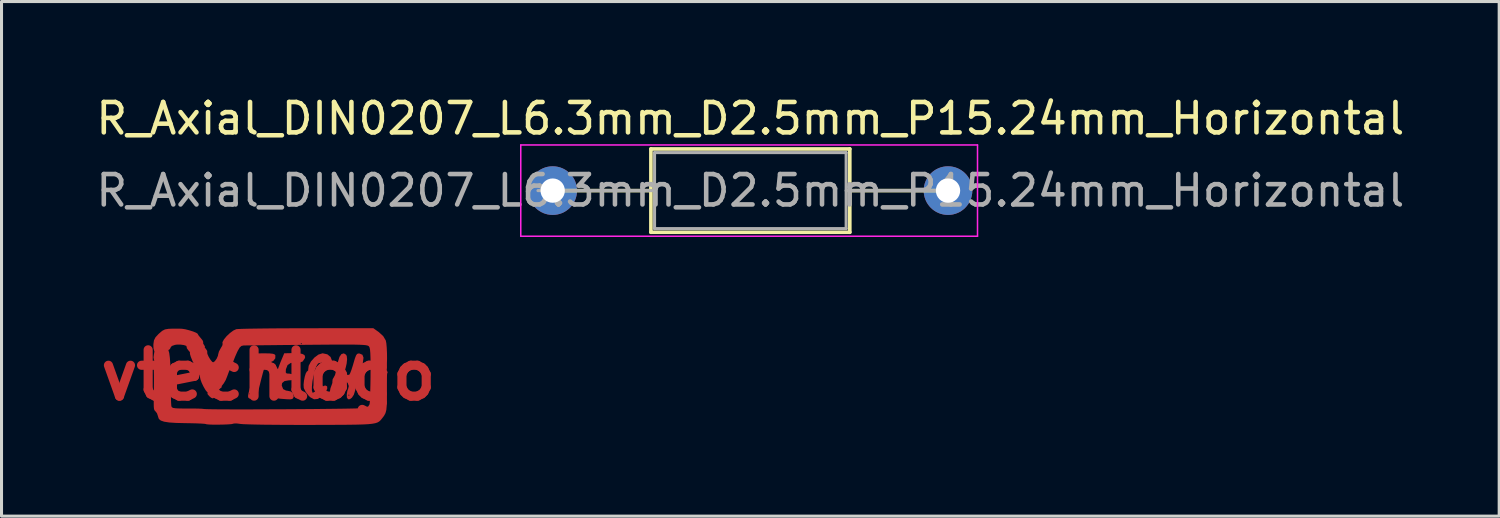
<source format=kicad_pcb>
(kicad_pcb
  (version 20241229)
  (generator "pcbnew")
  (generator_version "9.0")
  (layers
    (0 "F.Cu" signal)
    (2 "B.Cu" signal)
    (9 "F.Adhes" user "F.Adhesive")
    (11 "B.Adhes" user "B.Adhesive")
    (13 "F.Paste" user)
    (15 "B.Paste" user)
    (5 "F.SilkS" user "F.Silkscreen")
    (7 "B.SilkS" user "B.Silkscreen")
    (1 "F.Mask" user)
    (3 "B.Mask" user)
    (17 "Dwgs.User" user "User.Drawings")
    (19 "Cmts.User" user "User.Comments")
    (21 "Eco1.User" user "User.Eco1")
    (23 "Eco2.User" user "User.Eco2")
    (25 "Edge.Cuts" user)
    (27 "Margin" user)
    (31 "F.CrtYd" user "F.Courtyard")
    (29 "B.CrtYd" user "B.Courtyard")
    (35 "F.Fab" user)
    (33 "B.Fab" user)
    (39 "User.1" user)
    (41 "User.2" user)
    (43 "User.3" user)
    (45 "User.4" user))
  (footprint "vtechlogo"
    (layer "F.Cu")
    (at 5.777 9.288)
    (property "Reference" "vtechlogo" (at 0 0 0) (layer "F.Cu") (effects (font (size 1.524 1.524) (thickness 0.3))))
    (attr board_only exclude_from_pos_files exclude_from_bom)
    (fp_poly (pts (xy 0.959 -0.722) (xy 1.107 -0.702) (xy 1.187 -0.661) (xy 1.207 -0.597) (xy 1.198 -0.558) (xy 1.125 -0.45) (xy 0.999 -0.406) (xy 0.897 -0.41) (xy 0.735 -0.403) (xy 0.629 -0.332) (xy 0.576 -0.197) (xy 0.574 -0.183) (xy 0.57 -0.09) (xy 0.603 -0.055) (xy 0.687 -0.052) (xy 0.814 -0.026) (xy 0.874 0.023) (xy 0.903 0.098) (xy 0.857 0.146) (xy 0.733 0.167) (xy 0.672 0.169) (xy 0.53 0.193) (xy 0.45 0.259) (xy 0.438 0.34) (xy 0.485 0.458) (xy 0.582 0.507) (xy 0.608 0.508) (xy 0.735 0.535) (xy 0.815 0.604) (xy 0.831 0.699) (xy 0.828 0.712) (xy 0.811 0.756) (xy 0.782 0.783) (xy 0.726 0.794) (xy 0.625 0.792) (xy 0.463 0.78) (xy 0.382 0.773) (xy 0.256 0.754) (xy 0.164 0.728) (xy 0.145 0.717) (xy 0.129 0.656) (xy 0.137 0.531) (xy 0.164 0.361) (xy 0.209 0.162) (xy 0.265 -0.049) (xy 0.331 -0.254) (xy 0.391 -0.413) (xy 0.52 -0.72) (xy 0.736 -0.725)) (stroke (width 0) (type solid)) (fill yes) (layer "F.Cu"))
    (fp_poly (pts (xy 0.038 -0.716) (xy 0.15 -0.704) (xy 0.209 -0.68) (xy 0.228 -0.654) (xy 0.226 -0.556) (xy 0.161 -0.47) (xy 0.051 -0.419) (xy 0.026 -0.415) (xy -0.015 -0.409) (xy -0.049 -0.395) (xy -0.08 -0.362) (xy -0.11 -0.302) (xy -0.145 -0.206) (xy -0.186 -0.062) (xy -0.238 0.137) (xy -0.303 0.401) (xy -0.367 0.663) (xy -0.423 0.739) (xy -0.522 0.779) (xy -0.624 0.768) (xy -0.638 0.76) (xy -0.663 0.735) (xy -0.67 0.688) (xy -0.659 0.614) (xy -0.635 0.614) (xy -0.614 0.635) (xy -0.593 0.614) (xy -0.614 0.593) (xy -0.635 0.614) (xy -0.659 0.614) (xy -0.658 0.606) (xy -0.624 0.473) (xy -0.573 0.296) (xy -0.532 0.153) (xy -0.499 0.033) (xy -0.486 -0.018) (xy -0.449 -0.109) (xy -0.424 -0.143) (xy -0.392 -0.215) (xy -0.381 -0.304) (xy -0.402 -0.4) (xy -0.477 -0.446) (xy -0.486 -0.448) (xy -0.566 -0.492) (xy -0.581 -0.565) (xy -0.565 -0.635) (xy -0.525 -0.68) (xy -0.444 -0.706) (xy -0.308 -0.717) (xy -0.142 -0.719)) (stroke (width 0) (type solid)) (fill yes) (layer "F.Cu"))
    (fp_poly (pts (xy 1.938 -0.686) (xy 2.044 -0.598) (xy 2.093 -0.473) (xy 2.073 -0.335) (xy 2.014 -0.249) (xy 1.944 -0.211) (xy 1.886 -0.226) (xy 1.863 -0.293) (xy 1.828 -0.37) (xy 1.749 -0.409) (xy 1.659 -0.398) (xy 1.626 -0.374) (xy 1.574 -0.289) (xy 1.525 -0.149) (xy 1.481 0.022) (xy 1.448 0.202) (xy 1.43 0.369) (xy 1.429 0.501) (xy 1.451 0.576) (xy 1.453 0.578) (xy 1.492 0.563) (xy 1.574 0.509) (xy 1.629 0.466) (xy 1.741 0.39) (xy 1.841 0.345) (xy 1.873 0.339) (xy 1.93 0.367) (xy 1.935 0.439) (xy 1.894 0.538) (xy 1.813 0.645) (xy 1.768 0.688) (xy 1.626 0.781) (xy 1.5 0.793) (xy 1.375 0.725) (xy 1.316 0.667) (xy 1.229 0.554) (xy 1.17 0.439) (xy 1.162 0.412) (xy 1.156 0.311) (xy 1.169 0.181) (xy 1.195 0.048) (xy 1.229 -0.062) (xy 1.265 -0.122) (xy 1.276 -0.127) (xy 1.308 -0.159) (xy 1.307 -0.18) (xy 1.324 -0.309) (xy 1.398 -0.45) (xy 1.511 -0.579) (xy 1.643 -0.677) (xy 1.775 -0.719) (xy 1.787 -0.72)) (stroke (width 0) (type solid)) (fill yes) (layer "F.Cu"))
    (fp_poly (pts (xy 2.552 -0.674) (xy 2.576 -0.629) (xy 2.587 -0.526) (xy 2.572 -0.38) (xy 2.536 -0.227) (xy 2.494 -0.119) (xy 2.486 -0.054) (xy 2.541 -0.021) (xy 2.625 -0.009) (xy 2.66 -0.017) (xy 2.688 -0.066) (xy 2.73 -0.175) (xy 2.778 -0.326) (xy 2.794 -0.382) (xy 2.843 -0.549) (xy 2.881 -0.649) (xy 2.916 -0.699) (xy 2.96 -0.714) (xy 3.002 -0.711) (xy 3.092 -0.671) (xy 3.127 -0.575) (xy 3.106 -0.419) (xy 3.076 -0.318) (xy 3.041 -0.194) (xy 3.043 -0.13) (xy 3.062 -0.114) (xy 3.078 -0.075) (xy 3.031 -0.006) (xy 2.981 0.058) (xy 2.976 0.085) (xy 2.977 0.119) (xy 2.95 0.205) (xy 2.935 0.242) (xy 2.887 0.374) (xy 2.853 0.492) (xy 2.851 0.507) (xy 2.809 0.641) (xy 2.747 0.738) (xy 2.679 0.79) (xy 2.618 0.791) (xy 2.58 0.735) (xy 2.577 0.656) (xy 2.625 0.656) (xy 2.646 0.677) (xy 2.667 0.656) (xy 2.646 0.635) (xy 2.625 0.656) (xy 2.577 0.656) (xy 2.576 0.634) (xy 2.594 0.522) (xy 2.619 0.448) (xy 2.622 0.445) (xy 2.642 0.358) (xy 2.609 0.26) (xy 2.541 0.189) (xy 2.506 0.177) (xy 2.433 0.186) (xy 2.378 0.251) (xy 2.347 0.316) (xy 2.31 0.421) (xy 2.298 0.491) (xy 2.3 0.499) (xy 2.293 0.553) (xy 2.252 0.643) (xy 2.245 0.656) (xy 2.173 0.749) (xy 2.096 0.798) (xy 2.036 0.792) (xy 2.023 0.775) (xy 2.01 0.689) (xy 2.017 0.561) (xy 2.04 0.43) (xy 2.071 0.346) (xy 2.103 0.254) (xy 2.104 0.199) (xy 2.113 0.129) (xy 2.143 0.082) (xy 2.191 -0.009) (xy 2.216 -0.109) (xy 2.272 -0.395) (xy 2.337 -0.603) (xy 2.4 -0.693) (xy 2.48 -0.718)) (stroke (width 0) (type solid)) (fill yes) (layer "F.Cu"))
    (fp_poly (pts (xy 3.629 -1.418) (xy 3.774 -1.286) (xy 3.859 -1.143) (xy 3.859 -1.143) (xy 3.878 -1.047) (xy 3.891 -0.9) (xy 3.899 -0.723) (xy 3.901 -0.542) (xy 3.896 -0.379) (xy 3.885 -0.259) (xy 3.872 -0.209) (xy 3.881 -0.16) (xy 3.895 -0.148) (xy 3.921 -0.099) (xy 3.915 -0.084) (xy 3.906 -0.06) (xy 3.9 -0.013) (xy 3.896 0.069) (xy 3.893 0.195) (xy 3.892 0.378) (xy 3.893 0.629) (xy 3.893 0.783) (xy 3.891 0.993) (xy 3.878 1.14) (xy 3.85 1.247) (xy 3.802 1.336) (xy 3.759 1.393) (xy 3.717 1.446) (xy 3.679 1.49) (xy 3.637 1.526) (xy 3.584 1.556) (xy 3.512 1.579) (xy 3.414 1.597) (xy 3.283 1.611) (xy 3.112 1.62) (xy 2.892 1.626) (xy 2.618 1.63) (xy 2.281 1.632) (xy 1.874 1.634) (xy 1.389 1.635) (xy 1.385 1.635) (xy 0.963 1.635) (xy 0.562 1.634) (xy 0.191 1.631) (xy -0.143 1.628) (xy -0.429 1.623) (xy -0.658 1.617) (xy -0.822 1.611) (xy -0.911 1.604) (xy -0.916 1.603) (xy -1.042 1.587) (xy -1.135 1.589) (xy -1.157 1.596) (xy -1.216 1.609) (xy -1.334 1.618) (xy -1.488 1.624) (xy -1.658 1.627) (xy -1.821 1.627) (xy -1.955 1.622) (xy -2.038 1.614) (xy -2.054 1.607) (xy -2.099 1.599) (xy -2.214 1.591) (xy -2.384 1.584) (xy -2.594 1.579) (xy -2.727 1.577) (xy -3.033 1.57) (xy -3.264 1.555) (xy -3.43 1.529) (xy -3.54 1.491) (xy -3.602 1.439) (xy -3.628 1.369) (xy -3.629 1.358) (xy -3.664 1.255) (xy -3.702 1.203) (xy -3.73 1.175) (xy -3.75 1.147) (xy -3.763 1.105) (xy -3.77 1.036) (xy -3.772 0.924) (xy -3.77 0.755) (xy -3.768 0.529) (xy -3.765 0.225) (xy -3.765 -0.003) (xy -3.769 -0.166) (xy -3.776 -0.272) (xy -3.786 -0.331) (xy -3.792 -0.343) (xy -3.782 -0.391) (xy -3.768 -0.402) (xy -3.747 -0.458) (xy -3.762 -0.497) (xy -3.779 -0.585) (xy -3.766 -0.684) (xy -3.75 -0.775) (xy -3.762 -0.822) (xy -3.762 -0.823) (xy -3.29 -0.823) (xy -3.286 -0.812) (xy -3.262 -0.731) (xy -3.242 -0.577) (xy -3.226 -0.362) (xy -3.215 -0.098) (xy -3.209 0.203) (xy -3.209 0.339) (xy -3.208 0.563) (xy -3.205 0.762) (xy -3.2 0.916) (xy -3.193 1.01) (xy -3.19 1.025) (xy -3.172 1.056) (xy -3.13 1.077) (xy -3.048 1.089) (xy -2.913 1.095) (xy -2.711 1.096) (xy -2.661 1.096) (xy -2.463 1.096) (xy -2.298 1.099) (xy -2.183 1.104) (xy -2.136 1.11) (xy -2.136 1.11) (xy -2.09 1.114) (xy -1.968 1.118) (xy -1.779 1.121) (xy -1.532 1.123) (xy -1.236 1.124) (xy -0.899 1.124) (xy -0.53 1.124) (xy -0.138 1.122) (xy 0.267 1.121) (xy 0.679 1.119) (xy 1.086 1.116) (xy 1.482 1.113) (xy 1.856 1.109) (xy 2.2 1.105) (xy 2.506 1.101) (xy 2.764 1.096) (xy 2.966 1.091) (xy 3.102 1.086) (xy 3.165 1.081) (xy 3.165 1.081) (xy 3.285 1.023) (xy 3.327 0.953) (xy 3.334 0.883) (xy 3.342 0.743) (xy 3.348 0.547) (xy 3.354 0.309) (xy 3.358 0.045) (xy 3.358 -0.009) (xy 3.359 -0.318) (xy 3.357 -0.553) (xy 3.351 -0.723) (xy 3.341 -0.84) (xy 3.325 -0.912) (xy 3.307 -0.946) (xy 3.288 -0.962) (xy 3.255 -0.976) (xy 3.2 -0.987) (xy 3.118 -0.995) (xy 2.999 -1.001) (xy 2.838 -1.005) (xy 2.626 -1.006) (xy 2.357 -1.006) (xy 2.023 -1.005) (xy 1.617 -1.002) (xy 1.275 -0.999) (xy 0.871 -0.995) (xy 0.489 -0.992) (xy 0.139 -0.988) (xy -0.169 -0.985) (xy -0.428 -0.982) (xy -0.628 -0.98) (xy -0.76 -0.978) (xy -0.814 -0.978) (xy -0.887 -0.962) (xy -0.945 -0.91) (xy -1.007 -0.803) (xy -1.032 -0.751) (xy -1.095 -0.609) (xy -1.145 -0.481) (xy -1.164 -0.423) (xy -1.209 -0.305) (xy -1.245 -0.233) (xy -1.29 -0.139) (xy -1.339 -0.009) (xy -1.353 0.031) (xy -1.407 0.164) (xy -1.472 0.274) (xy -1.49 0.295) (xy -1.537 0.357) (xy -1.536 0.382) (xy -1.539 0.4) (xy -1.577 0.427) (xy -1.639 0.493) (xy -1.651 0.539) (xy -1.68 0.624) (xy -1.746 0.709) (xy -1.82 0.759) (xy -1.839 0.762) (xy -1.887 0.74) (xy -1.947 0.688) (xy -1.995 0.632) (xy -2.008 0.596) (xy -2 0.592) (xy -1.996 0.573) (xy -2.011 0.56) (xy -2.068 0.491) (xy -2.135 0.375) (xy -2.197 0.245) (xy -2.237 0.132) (xy -2.244 0.09) (xy -2.273 -0.008) (xy -2.31 -0.06) (xy -2.352 -0.112) (xy -2.35 -0.127) (xy -2.353 -0.16) (xy -2.388 -0.247) (xy -2.429 -0.328) (xy -2.501 -0.476) (xy -2.554 -0.608) (xy -2.582 -0.703) (xy -2.579 -0.744) (xy -2.578 -0.744) (xy -2.591 -0.771) (xy -2.636 -0.821) (xy -2.684 -0.89) (xy -2.688 -0.931) (xy -2.704 -0.965) (xy -2.781 -0.991) (xy -2.892 -1.006) (xy -3.015 -1.005) (xy -3.072 -0.997) (xy -3.176 -0.961) (xy -3.217 -0.91) (xy -3.217 -0.908) (xy -3.242 -0.853) (xy -3.262 -0.847) (xy -3.29 -0.823) (xy -3.762 -0.823) (xy -3.778 -0.872) (xy -3.783 -0.975) (xy -3.782 -1.023) (xy -3.764 -1.147) (xy -3.714 -1.246) (xy -3.614 -1.354) (xy -3.602 -1.365) (xy -3.494 -1.458) (xy -3.401 -1.506) (xy -3.284 -1.525) (xy -3.187 -1.529) (xy -3.032 -1.53) (xy -2.896 -1.529) (xy -2.836 -1.526) (xy -2.733 -1.51) (xy -2.605 -1.477) (xy -2.478 -1.437) (xy -2.378 -1.396) (xy -2.329 -1.365) (xy -2.328 -1.361) (xy -2.302 -1.314) (xy -2.238 -1.235) (xy -2.225 -1.221) (xy -2.163 -1.142) (xy -2.144 -1.09) (xy -2.146 -1.085) (xy -2.144 -1.037) (xy -2.118 -0.996) (xy -2.086 -0.944) (xy -2.093 -0.931) (xy -2.092 -0.907) (xy -2.056 -0.864) (xy -2.013 -0.796) (xy -2.013 -0.758) (xy -2.008 -0.701) (xy -1.967 -0.609) (xy -1.909 -0.512) (xy -1.85 -0.441) (xy -1.819 -0.423) (xy -1.764 -0.458) (xy -1.704 -0.54) (xy -1.661 -0.637) (xy -1.651 -0.691) (xy -1.627 -0.779) (xy -1.57 -0.884) (xy -1.568 -0.887) (xy -1.518 -0.972) (xy -1.506 -1.025) (xy -1.508 -1.028) (xy -1.508 -1.037) (xy 1.058 -1.037) (xy 1.079 -1.016) (xy 1.101 -1.037) (xy 1.079 -1.058) (xy 1.058 -1.037) (xy -1.508 -1.037) (xy -1.512 -1.086) (xy -1.463 -1.176) (xy -1.377 -1.281) (xy -1.269 -1.383) (xy -1.156 -1.467) (xy -1.058 -1.513) (xy -0.996 -1.518) (xy -0.858 -1.524) (xy -0.652 -1.529) (xy -0.386 -1.533) (xy -0.07 -1.537) (xy 0.29 -1.54) (xy 0.684 -1.542) (xy 1.104 -1.544) (xy 1.249 -1.544) (xy 3.45 -1.545)) (stroke (width 0) (type solid)) (fill yes) (layer "F.Cu")))
  (footprint "R_Axial_DIN0207_L6.3mm_D2.5mm_P15.24mm_Horizontal"
    (layer "F.Cu")
    (at 15.125 3.218)
    (property "Reference" "R_Axial_DIN0207_L6.3mm_D2.5mm_P15.24mm_Horizontal" (at 6.5 -2.37 0) (layer "F.SilkS") (effects (font (size 1 1) (thickness 0.15))))
    (attr through_hole)
    (fp_line (start -0.08 0) (end 3.23 0) (stroke (width 0.12) (type solid)) (layer "F.SilkS"))
    (fp_line (start 3.23 -1.37) (end 3.23 1.37) (stroke (width 0.12) (type solid)) (layer "F.SilkS"))
    (fp_line (start 3.23 1.37) (end 9.77 1.37) (stroke (width 0.12) (type solid)) (layer "F.SilkS"))
    (fp_line (start 9.77 -1.37) (end 3.23 -1.37) (stroke (width 0.12) (type solid)) (layer "F.SilkS"))
    (fp_line (start 9.77 1.37) (end 9.77 -1.37) (stroke (width 0.12) (type solid)) (layer "F.SilkS"))
    (fp_line (start 13.08 0) (end 9.77 0) (stroke (width 0.12) (type solid)) (layer "F.SilkS"))
    (fp_line (start -1.05 -1.5) (end -1.05 1.5) (stroke (width 0.05) (type solid)) (layer "F.CrtYd"))
    (fp_line (start -1.05 1.5) (end 13.97 1.5) (stroke (width 0.05) (type solid)) (layer "F.CrtYd"))
    (fp_line (start 13.97 -1.5) (end -1.05 -1.5) (stroke (width 0.05) (type solid)) (layer "F.CrtYd"))
    (fp_line (start 13.97 1.5) (end 13.97 -1.5) (stroke (width 0.05) (type solid)) (layer "F.CrtYd"))
    (fp_line (start -0.485 0) (end 3.35 0) (stroke (width 0.1) (type solid)) (layer "F.Fab"))
    (fp_line (start 3.35 -1.25) (end 3.35 1.25) (stroke (width 0.1) (type solid)) (layer "F.Fab"))
    (fp_line (start 3.35 1.25) (end 9.65 1.25) (stroke (width 0.1) (type solid)) (layer "F.Fab"))
    (fp_line (start 9.65 -1.25) (end 3.35 -1.25) (stroke (width 0.1) (type solid)) (layer "F.Fab"))
    (fp_line (start 9.65 1.25) (end 9.65 -1.25) (stroke (width 0.1) (type solid)) (layer "F.Fab"))
    (fp_line (start 12.85 0) (end 9.65 0) (stroke (width 0.1) (type solid)) (layer "F.Fab"))
    (fp_text user "${REFERENCE}" (at 6.5 0 0) (layer "F.Fab") (effects (font (size 1 1) (thickness 0.15))))
    (pad "1" thru_hole circle (at 0 0) (size 1.6 1.6) (drill 0.8) (layers "*.Cu" "*.Mask"))
    (pad "2" thru_hole oval (at 13 0) (size 1.6 1.6) (drill 0.8) (layers "*.Cu" "*.Mask")))
  (gr_rect
    (start -3 -3)
    (end 46.25 13.923)
    (stroke (width 0.1) (type default))
    (fill no)
    (layer "Edge.Cuts")))
</source>
